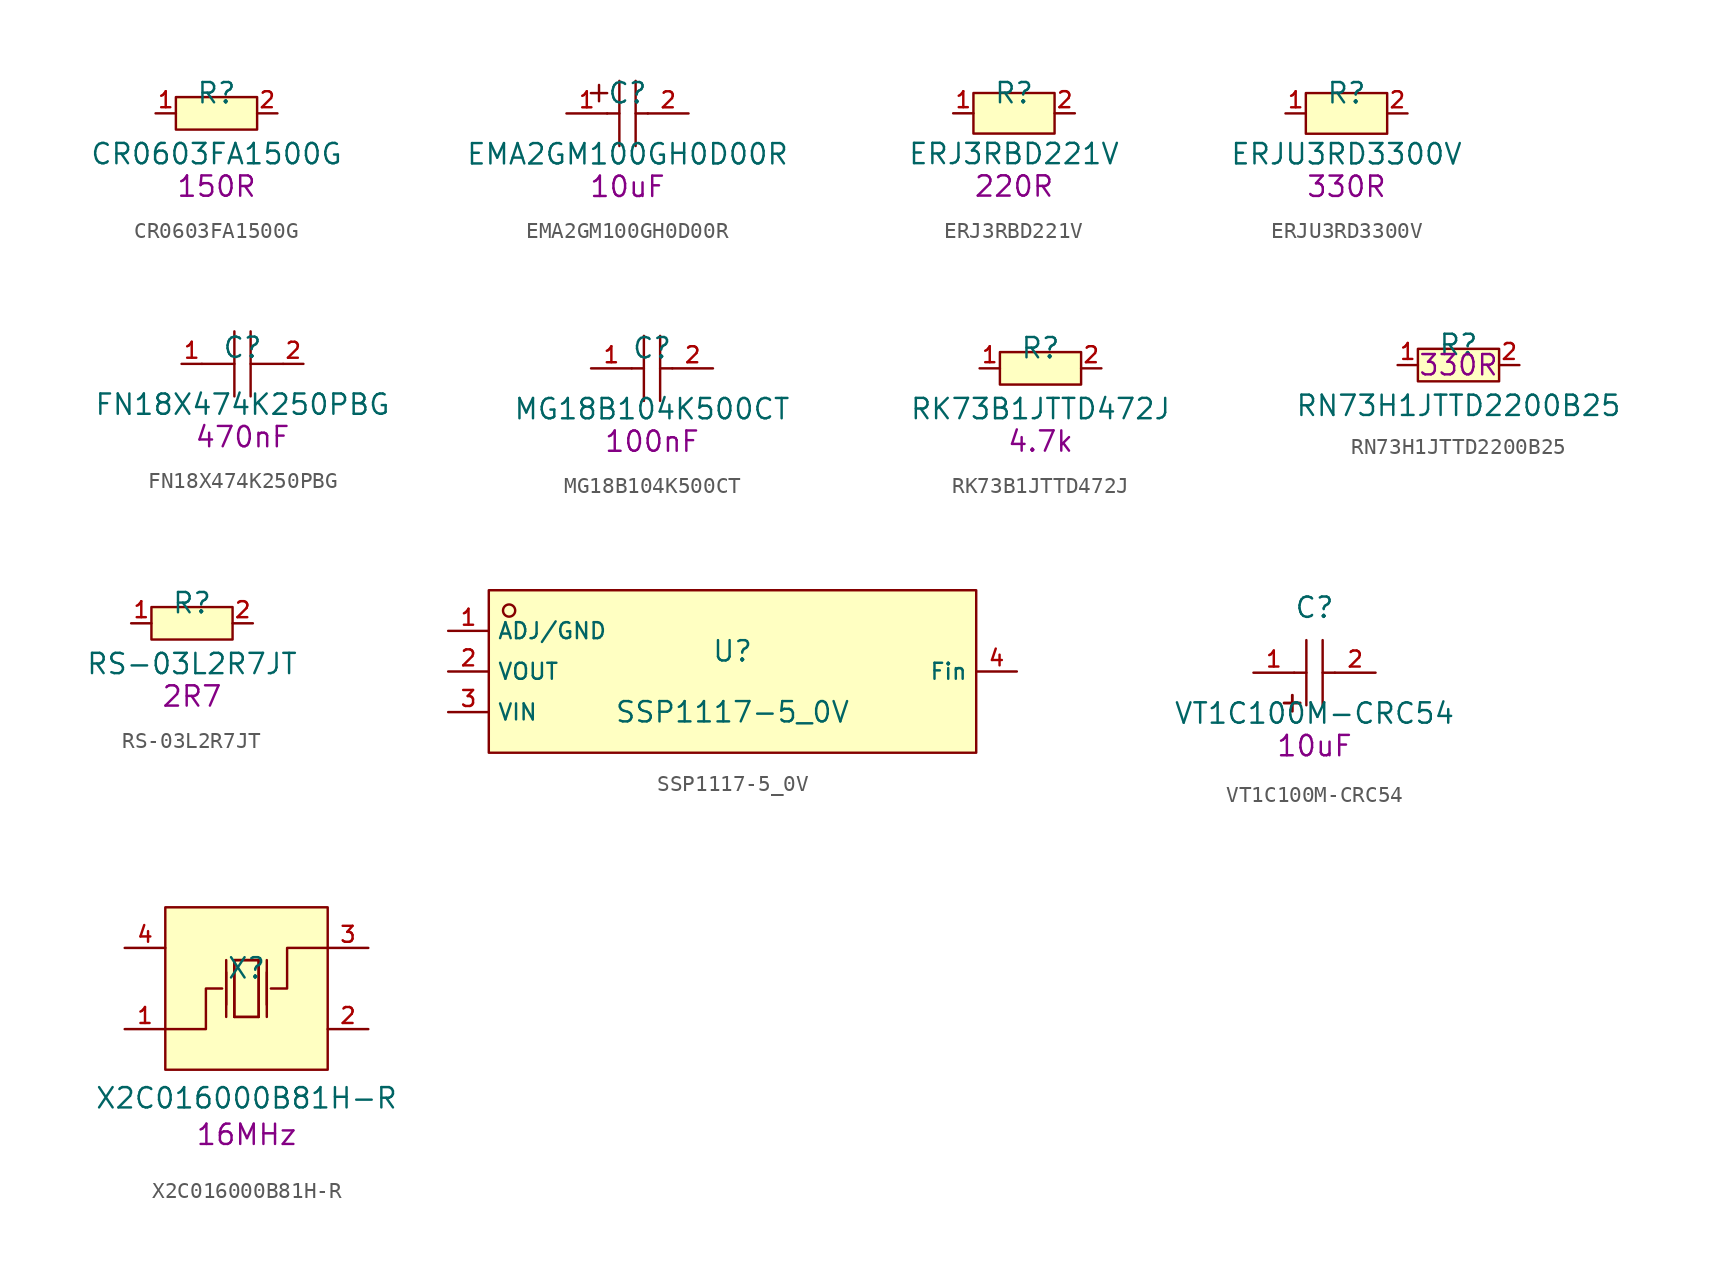
<source format=kicad_sym>
(kicad_symbol_lib
  (version 20220914)
  (generator kicad_symbol_editor)
  (symbol "CR0603FA1500G"
    (pin_names hide)
    (property "Reference" "R"
      (at 0 1.27 0)
      (effects (font (size 1.27 1.27))))
    (property "Value" "CR0603FA1500G"
      (at 0 -2.54 0)
      (effects (font (size 1.27 1.27))))
    (property "Resistance" "150R"
      (at 0 -4.572 0)
      (effects (font (size 1.27 1.27))))
    (symbol "CR0603FA1500G_0_1"
      (rectangle (start -2.54 1.016) (end 2.54 -1.016) (stroke (width 0) (type default)) (fill (type background))))
    (symbol "CR0603FA1500G_1_1"
      (pin input line (at -3.81 0 0) (length 1.27) (name "1" (effects (font (size 1 1)))) (number "1" (effects (font (size 1 1)))))
      (pin input line (at 3.81 0 180) (length 1.27) (name "2" (effects (font (size 1 1)))) (number "2" (effects (font (size 1 1)))))))
  (symbol "EMA2GM100GH0D00R"
    (pin_names hide)
    (property "Reference" "C"
      (at 0 1.27 0)
      (effects (font (size 1.27 1.27))))
    (property "Value" "EMA2GM100GH0D00R"
      (at 0 -2.54 0)
      (effects (font (size 1.27 1.27))))
    (property "Capacitance" "10uF"
      (at 0 -4.572 0)
      (effects (font (size 1.27 1.27))))
    (symbol "EMA2GM100GH0D00R_0_1"
      (polyline (pts (xy -2.286 1.27) (xy -1.27 1.27)) (stroke (width 0) (type default)) (fill (type none)))
      (polyline (pts (xy -1.778 1.778) (xy -1.778 0.762)) (stroke (width 0) (type default)) (fill (type none)))
      (polyline (pts (xy -1.27 0) (xy -0.508 0)) (stroke (width 0) (type default)) (fill (type none)))
      (polyline (pts (xy -0.508 2.032) (xy -0.508 -2.032)) (stroke (width 0) (type default)) (fill (type none)))
      (polyline (pts (xy 0.508 0) (xy 1.27 0)) (stroke (width 0) (type default)) (fill (type none)))
      (polyline (pts (xy 0.508 2.032) (xy 0.508 -2.032)) (stroke (width 0) (type default)) (fill (type none)))
      (pin input line (at 3.81 0 180) (length 2.54) (name "2" (effects (font (size 1 1)))) (number "2" (effects (font (size 1 1))))))
    (symbol "EMA2GM100GH0D00R_1_1"
      (pin input line (at -3.81 0 0) (length 2.54) (name "1" (effects (font (size 1 1)))) (number "1" (effects (font (size 1 1)))))))
  (symbol "ERJ3RBD221V"
    (pin_names hide)
    (property "Reference" "R"
      (at 0 1.27 0)
      (effects (font (size 1.27 1.27))))
    (property "Value" "ERJ3RBD221V"
      (at 0 -2.54 0)
      (effects (font (size 1.27 1.27))))
    (property "Resistance" "220R"
      (at 0 -4.572 0)
      (effects (font (size 1.27 1.27))))
    (symbol "ERJ3RBD221V_0_1"
      (rectangle (start -2.54 1.27) (end 2.54 -1.27) (stroke (width 0) (type default)) (fill (type background))))
    (symbol "ERJ3RBD221V_1_1"
      (pin unspecified line (at -3.81 0 0) (length 1.27) (name "1" (effects (font (size 1 1)))) (number "1" (effects (font (size 1 1)))))
      (pin unspecified line (at 3.81 0 180) (length 1.27) (name "2" (effects (font (size 1 1)))) (number "2" (effects (font (size 1 1)))))))
  (symbol "ERJU3RD3300V"
    (pin_names hide)
    (property "Reference" "R"
      (at 0 1.27 0)
      (effects (font (size 1.27 1.27))))
    (property "Value" "ERJU3RD3300V"
      (at 0 -2.54 0)
      (effects (font (size 1.27 1.27))))
    (property "Resistance" "330R"
      (at 0 -4.572 0)
      (effects (font (size 1.27 1.27))))
    (symbol "ERJU3RD3300V_0_1"
      (rectangle (start -2.54 1.27) (end 2.54 -1.27) (stroke (width 0) (type default)) (fill (type background))))
    (symbol "ERJU3RD3300V_1_1"
      (pin unspecified line (at -3.81 0 0) (length 1.27) (name "1" (effects (font (size 1 1)))) (number "1" (effects (font (size 1 1)))))
      (pin unspecified line (at 3.81 0 180) (length 1.27) (name "2" (effects (font (size 1 1)))) (number "2" (effects (font (size 1 1)))))))
  (symbol "FN18X474K250PBG"
    (pin_names hide)
    (property "Reference" "C"
      (at 0 1.016 0)
      (effects (font (size 1.27 1.27))))
    (property "Value" "FN18X474K250PBG"
      (at 0 -2.54 0)
      (effects (font (size 1.27 1.27))))
    (property "Capacitance" "470nF"
      (at 0 -4.572 0)
      (effects (font (size 1.27 1.27))))
    (symbol "FN18X474K250PBG_0_1"
      (polyline (pts (xy -0.508 -2.032) (xy -0.508 2.032)) (stroke (width 0) (type default)) (fill (type none)))
      (polyline (pts (xy -0.508 0) (xy -2.54 0)) (stroke (width 0) (type default)) (fill (type none)))
      (polyline (pts (xy 0.508 2.032) (xy 0.508 -2.032)) (stroke (width 0) (type default)) (fill (type none)))
      (polyline (pts (xy 2.54 0) (xy 0.508 0)) (stroke (width 0) (type default)) (fill (type none))))
    (symbol "FN18X474K250PBG_1_1"
      (pin unspecified line (at -3.81 0 0) (length 1.27) (name "1" (effects (font (size 1 1)))) (number "1" (effects (font (size 1 1)))))
      (pin unspecified line (at 3.81 0 180) (length 1.27) (name "2" (effects (font (size 1 1)))) (number "2" (effects (font (size 1 1)))))))
  (symbol "MG18B104K500CT"
    (pin_names hide)
    (property "Reference" "C"
      (at 0 1.27 0)
      (effects (font (size 1.27 1.27))))
    (property "Value" "MG18B104K500CT"
      (at 0 -2.54 0)
      (effects (font (size 1.27 1.27))))
    (property "Capacitance" "100nF"
      (at 0 -4.572 0)
      (effects (font (size 1.27 1.27))))
    (symbol "MG18B104K500CT_0_1"
      (polyline (pts (xy -1.27 0) (xy -0.508 0)) (stroke (width 0) (type default)) (fill (type none)))
      (polyline (pts (xy -0.508 2.032) (xy -0.508 -2.032)) (stroke (width 0) (type default)) (fill (type none)))
      (polyline (pts (xy 0.508 0) (xy 1.27 0)) (stroke (width 0) (type default)) (fill (type none)))
      (polyline (pts (xy 0.508 2.032) (xy 0.508 -2.032)) (stroke (width 0) (type default)) (fill (type none)))
      (pin input line (at 3.81 0 180) (length 2.54) (name "2" (effects (font (size 1 1)))) (number "2" (effects (font (size 1 1))))))
    (symbol "MG18B104K500CT_1_1"
      (pin input line (at -3.81 0 0) (length 2.54) (name "1" (effects (font (size 1 1)))) (number "1" (effects (font (size 1 1)))))))
  (symbol "RK73B1JTTD472J"
    (pin_names hide)
    (property "Reference" "R"
      (at 0 1.27 0)
      (effects (font (size 1.27 1.27))))
    (property "Value" "RK73B1JTTD472J"
      (at 0 -2.54 0)
      (effects (font (size 1.27 1.27))))
    (property "Resistance" "4.7k"
      (at 0 -4.572 0)
      (effects (font (size 1.27 1.27))))
    (symbol "RK73B1JTTD472J_0_1"
      (rectangle (start -2.54 1.016) (end 2.54 -1.016) (stroke (width 0) (type default)) (fill (type background))))
    (symbol "RK73B1JTTD472J_1_1"
      (pin input line (at -3.81 0 0) (length 1.27) (name "1" (effects (font (size 1 1)))) (number "1" (effects (font (size 1 1)))))
      (pin input line (at 3.81 0 180) (length 1.27) (name "2" (effects (font (size 1 1)))) (number "2" (effects (font (size 1 1)))))))
  (symbol "RN73H1JTTD2200B25"
    (pin_names hide)
    (property "Reference" "R"
      (at 0 1.27 0)
      (effects (font (size 1.27 1.27))))
    (property "Value" "RN73H1JTTD2200B25"
      (at 0 -2.54 0)
      (effects (font (size 1.27 1.27))))
    (property "Resistance" "330R"
      (at 0 0 0)
      (effects (font (size 1.27 1.27))))
    (symbol "RN73H1JTTD2200B25_0_1"
      (rectangle (start -2.54 1.016) (end 2.54 -1.016) (stroke (width 0) (type default)) (fill (type background))))
    (symbol "RN73H1JTTD2200B25_1_1"
      (pin unspecified line (at -3.81 0 0) (length 1.27) (name "1" (effects (font (size 1 1)))) (number "1" (effects (font (size 1 1)))))
      (pin unspecified line (at 3.81 0 180) (length 1.27) (name "2" (effects (font (size 1 1)))) (number "2" (effects (font (size 1 1)))))))
  (symbol "RS-03L2R7JT"
    (pin_names hide)
    (property "Reference" "R"
      (at 0 1.27 0)
      (effects (font (size 1.27 1.27))))
    (property "Value" "RS-03L2R7JT"
      (at 0 -2.54 0)
      (effects (font (size 1.27 1.27))))
    (property "Resistance" "2R7"
      (at 0 -4.572 0)
      (effects (font (size 1.27 1.27))))
    (symbol "RS-03L2R7JT_0_1"
      (rectangle (start -2.54 1.016) (end 2.54 -1.016) (stroke (width 0) (type default)) (fill (type background))))
    (symbol "RS-03L2R7JT_1_1"
      (pin input line (at -3.81 0 0) (length 1.27) (name "1" (effects (font (size 1 1)))) (number "1" (effects (font (size 1 1)))))
      (pin input line (at 3.81 0 180) (length 1.27) (name "2" (effects (font (size 1 1)))) (number "2" (effects (font (size 1 1)))))))
  (symbol "SSP1117-5_0V"
    (property "Reference" "U"
      (at 0 1.27 0)
      (effects (font (size 1.27 1.27))))
    (property "Value" "SSP1117-5_0V"
      (at 0 -2.54 0)
      (effects (font (size 1.27 1.27))))
    (symbol "SSP1117-5_0V_0_1"
      (rectangle (start -15.24 5.08) (end 15.24 -5.08) (stroke (width 0) (type default)) (fill (type background)))
      (circle (center -13.97 3.81) (radius 0.381) (stroke (width 0) (type default)) (fill (type background)))
      (pin unspecified line (at -17.78 2.54 0) (length 2.54) (name "ADJ/GND" (effects (font (size 1 1)))) (number "1" (effects (font (size 1 1)))))
      (pin unspecified line (at -17.78 0 0) (length 2.54) (name "VOUT" (effects (font (size 1 1)))) (number "2" (effects (font (size 1 1)))))
      (pin unspecified line (at -17.78 -2.54 0) (length 2.54) (name "VIN" (effects (font (size 1 1)))) (number "3" (effects (font (size 1 1)))))
      (pin unspecified line (at 17.78 0 180) (length 2.54) (name "Fin" (effects (font (size 1 1)))) (number "4" (effects (font (size 1 1)))))))
  (symbol "VT1C100M-CRC54"
    (pin_names hide)
    (property "Reference" "C"
      (at 0 4.064 0)
      (effects (font (size 1.27 1.27))))
    (property "Value" "VT1C100M-CRC54"
      (at 0 -2.54 0)
      (effects (font (size 1.27 1.27))))
    (property "Capacitance" "10uF"
      (at 0 -4.572 0)
      (effects (font (size 1.27 1.27))))
    (symbol "VT1C100M-CRC54_0_1"
      (rectangle (start -1.905 -1.905) (end -0.889 -1.88) (stroke (width 0) (type default)) (fill (type background)))
      (rectangle (start -1.397 -2.413) (end -1.372 -1.397) (stroke (width 0) (type default)) (fill (type background)))
      (polyline (pts (xy -1.27 0) (xy -0.508 0)) (stroke (width 0) (type default)) (fill (type none)))
      (polyline (pts (xy -0.508 2.032) (xy -0.508 -2.032)) (stroke (width 0) (type default)) (fill (type none)))
      (polyline (pts (xy 0.508 0) (xy 1.27 0)) (stroke (width 0) (type default)) (fill (type none)))
      (polyline (pts (xy 0.508 2.032) (xy 0.508 -2.032)) (stroke (width 0) (type default)) (fill (type none)))
      (pin input line (at 3.81 0 180) (length 2.54) (name "2" (effects (font (size 1 1)))) (number "2" (effects (font (size 1 1))))))
    (symbol "VT1C100M-CRC54_1_1"
      (pin input line (at -3.81 0 0) (length 2.54) (name "1" (effects (font (size 1 1)))) (number "1" (effects (font (size 1 1)))))))
  (symbol "X2C016000B81H-R"
    (pin_names hide)
    (property "Reference" "X"
      (at 0 1.27 0)
      (effects (font (size 1.27 1.27))))
    (property "Value" "X2C016000B81H-R"
      (at 0 -6.858 0)
      (effects (font (size 1.27 1.27))))
    (property "Frequency" "16MHz"
      (at 0 -9.144 0)
      (effects (font (size 1.27 1.27))))
    (symbol "X2C016000B81H-R_0_1"
      (rectangle (start -5.08 5.08) (end 5.08 -5.08) (stroke (width 0) (type default)) (fill (type background)))
      (polyline (pts (xy -1.27 -1.778) (xy -1.27 1.778)) (stroke (width 0) (type default)) (fill (type none)))
      (polyline (pts (xy -1.27 -1.016) (xy -1.27 1.016)) (stroke (width 0) (type default)) (fill (type none)))
      (polyline (pts (xy 0.762 -1.778) (xy -0.762 -1.778)) (stroke (width 0) (type default)) (fill (type none)))
      (polyline (pts (xy 1.27 -1.778) (xy 1.27 1.778)) (stroke (width 0) (type default)) (fill (type none)))
      (polyline (pts (xy 1.27 -1.016) (xy 1.27 1.016)) (stroke (width 0) (type default)) (fill (type none)))
      (polyline (pts (xy -5.08 -2.54) (xy -2.54 -2.54) (xy -2.54 0) (xy -1.524 0)) (stroke (width 0) (type default)) (fill (type none)))
      (polyline (pts (xy -0.762 -1.778) (xy -0.762 1.778) (xy 0.762 1.778) (xy 0.762 -1.778)) (stroke (width 0) (type default)) (fill (type none)))
      (polyline (pts (xy 5.08 2.54) (xy 2.54 2.54) (xy 2.54 0) (xy 1.524 0)) (stroke (width 0) (type default)) (fill (type none)))
      (polyline (pts (xy 0.762 1.778) (xy 0.762 -1.778) (xy -0.762 -1.778) (xy -0.762 1.778) (xy 0.762 1.778)) (stroke (width 0) (type default)) (fill (type none)))
      (pin unspecified line (at -7.62 -2.54 0) (length 2.54) (name "OSC1" (effects (font (size 1 1)))) (number "1" (effects (font (size 1 1)))))
      (pin unspecified line (at 7.62 -2.54 180) (length 2.54) (name "2" (effects (font (size 1 1)))) (number "2" (effects (font (size 1 1)))))
      (pin unspecified line (at 7.62 2.54 180) (length 2.54) (name "OSC2" (effects (font (size 1 1)))) (number "3" (effects (font (size 1 1)))))
      (pin unspecified line (at -7.62 2.54 0) (length 2.54) (name "4" (effects (font (size 1 1)))) (number "4" (effects (font (size 1 1))))))))
</source>
